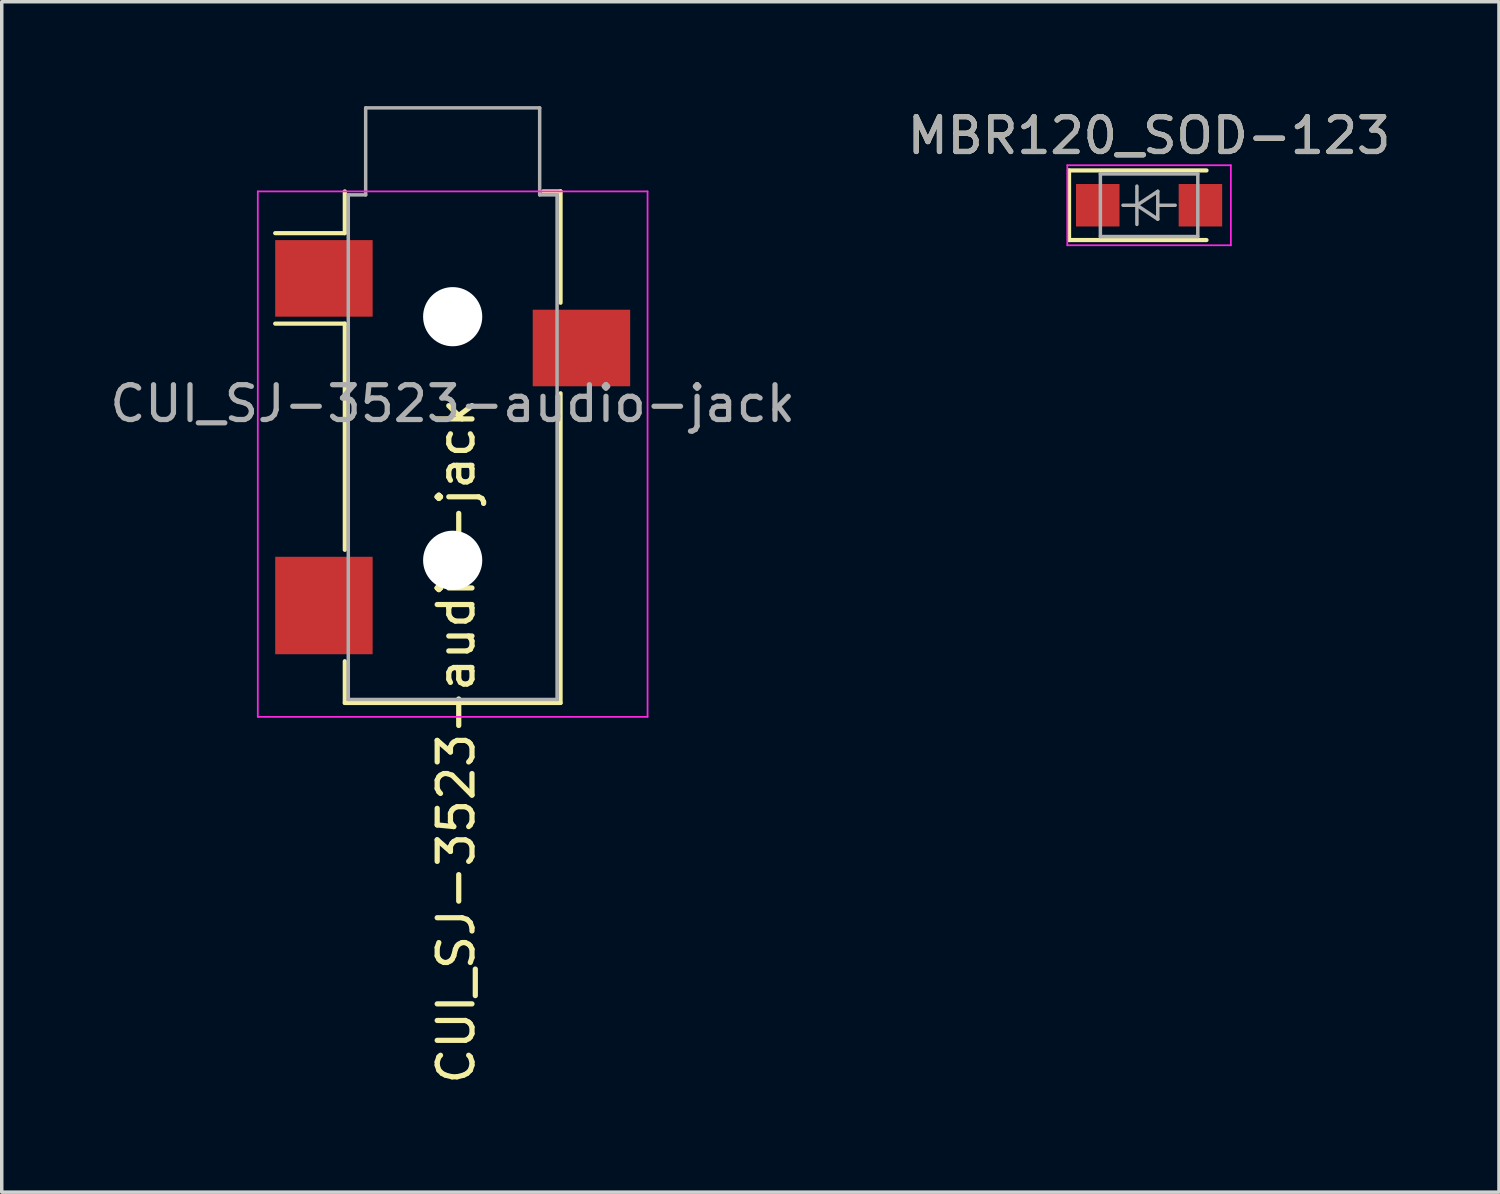
<source format=kicad_pcb>
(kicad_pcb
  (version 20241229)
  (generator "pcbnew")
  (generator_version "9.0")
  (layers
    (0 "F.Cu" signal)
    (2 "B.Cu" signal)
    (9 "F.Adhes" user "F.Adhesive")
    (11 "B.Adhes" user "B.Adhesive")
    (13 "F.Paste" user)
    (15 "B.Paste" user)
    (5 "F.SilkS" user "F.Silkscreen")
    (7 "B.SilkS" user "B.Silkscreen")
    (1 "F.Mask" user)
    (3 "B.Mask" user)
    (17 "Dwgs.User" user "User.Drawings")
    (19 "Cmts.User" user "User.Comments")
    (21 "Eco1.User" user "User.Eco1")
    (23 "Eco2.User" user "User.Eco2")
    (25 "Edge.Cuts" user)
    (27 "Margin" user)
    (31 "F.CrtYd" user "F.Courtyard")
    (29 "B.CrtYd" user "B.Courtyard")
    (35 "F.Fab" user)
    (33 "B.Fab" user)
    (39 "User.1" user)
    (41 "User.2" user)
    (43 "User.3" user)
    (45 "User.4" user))
  (footprint "MBR120_SOD-123"
    (layer "F.Cu")
    (at 29.97 2.848)
    (property "Reference" "MBR120_SOD-123" (at 0 -2 0) (layer "F.SilkS") (effects (font (size 1 1) (thickness 0.15))))
    (attr smd)
    (fp_line (start -2.3 -1) (end -2.3 1) (stroke (width 0.12) (type solid)) (layer "F.SilkS"))
    (fp_line (start -2.3 -1) (end 1.65 -1) (stroke (width 0.12) (type solid)) (layer "F.SilkS"))
    (fp_line (start -2.3 1) (end 1.65 1) (stroke (width 0.12) (type solid)) (layer "F.SilkS"))
    (fp_line (start -2.35 -1.15) (end -2.35 1.15) (stroke (width 0.05) (type solid)) (layer "F.CrtYd"))
    (fp_line (start -2.35 -1.15) (end 2.35 -1.15) (stroke (width 0.05) (type solid)) (layer "F.CrtYd"))
    (fp_line (start 2.35 -1.15) (end 2.35 1.15) (stroke (width 0.05) (type solid)) (layer "F.CrtYd"))
    (fp_line (start 2.35 1.15) (end -2.35 1.15) (stroke (width 0.05) (type solid)) (layer "F.CrtYd"))
    (fp_line (start -1.4 -0.9) (end 1.4 -0.9) (stroke (width 0.1) (type solid)) (layer "F.Fab"))
    (fp_line (start -1.4 0.9) (end -1.4 -0.9) (stroke (width 0.1) (type solid)) (layer "F.Fab"))
    (fp_line (start -0.75 0) (end -0.35 0) (stroke (width 0.1) (type solid)) (layer "F.Fab"))
    (fp_line (start -0.35 0) (end -0.35 -0.55) (stroke (width 0.1) (type solid)) (layer "F.Fab"))
    (fp_line (start -0.35 0) (end -0.35 0.55) (stroke (width 0.1) (type solid)) (layer "F.Fab"))
    (fp_line (start -0.35 0) (end 0.25 -0.4) (stroke (width 0.1) (type solid)) (layer "F.Fab"))
    (fp_line (start 0.25 -0.4) (end 0.25 0.4) (stroke (width 0.1) (type solid)) (layer "F.Fab"))
    (fp_line (start 0.25 0) (end 0.75 0) (stroke (width 0.1) (type solid)) (layer "F.Fab"))
    (fp_line (start 0.25 0.4) (end -0.35 0) (stroke (width 0.1) (type solid)) (layer "F.Fab"))
    (fp_line (start 1.4 -0.9) (end 1.4 0.9) (stroke (width 0.1) (type solid)) (layer "F.Fab"))
    (fp_line (start 1.4 0.9) (end -1.4 0.9) (stroke (width 0.1) (type solid)) (layer "F.Fab"))
    (fp_text user "${REFERENCE}" (at 0 -2 0) (layer "F.Fab") (effects (font (size 1 1) (thickness 0.15))))
    (pad "1" smd rect (at -1.475 0) (size 1.25 1.22) (layers "F.Cu" "F.Mask" "F.Paste"))
    (pad "2" smd rect (at 1.475 0) (size 1.25 1.22) (layers "F.Cu" "F.Mask" "F.Paste")))
  (footprint "CUI_SJ-3523-audio-jack"
    (layer "F.Cu")
    (at 9.958 8.55)
    (property "Reference" "CUI_SJ-3523-audio-jack" (at 0.1 9.7 90) (layer "F.SilkS") (effects (font (size 1 1) (thickness 0.15))))
    (attr smd)
    (fp_line (start -3.1 -4.9) (end -5.1 -4.9) (stroke (width 0.12) (type solid)) (layer "F.SilkS"))
    (fp_line (start -3.1 -4.9) (end -3.1 -6.1) (stroke (width 0.12) (type solid)) (layer "F.SilkS"))
    (fp_line (start -3.1 -2.3) (end -5.1 -2.3) (stroke (width 0.12) (type solid)) (layer "F.SilkS"))
    (fp_line (start -3.1 4.2) (end -3.1 -2.3) (stroke (width 0.12) (type solid)) (layer "F.SilkS"))
    (fp_line (start -3.1 8.6) (end -3.1 7.4) (stroke (width 0.12) (type solid)) (layer "F.SilkS"))
    (fp_line (start 2.6 -6.1) (end 3.1 -6.1) (stroke (width 0.12) (type solid)) (layer "F.SilkS"))
    (fp_line (start 3.1 -6.1) (end 3.1 -2.9) (stroke (width 0.12) (type solid)) (layer "F.SilkS"))
    (fp_line (start 3.1 -0.3) (end 3.1 8.6) (stroke (width 0.12) (type solid)) (layer "F.SilkS"))
    (fp_line (start 3.1 8.6) (end -3.1 8.6) (stroke (width 0.12) (type solid)) (layer "F.SilkS"))
    (fp_line (start -5.6 -6.1) (end 5.6 -6.1) (stroke (width 0.05) (type solid)) (layer "F.CrtYd"))
    (fp_line (start -5.6 9) (end -5.6 -6.1) (stroke (width 0.05) (type solid)) (layer "F.CrtYd"))
    (fp_line (start 5.6 -6.1) (end 5.6 9) (stroke (width 0.05) (type solid)) (layer "F.CrtYd"))
    (fp_line (start 5.6 9) (end -5.6 9) (stroke (width 0.05) (type solid)) (layer "F.CrtYd"))
    (fp_line (start -3 -6) (end -2.5 -6) (stroke (width 0.1) (type solid)) (layer "F.Fab"))
    (fp_line (start -3 8.5) (end -3 -6) (stroke (width 0.1) (type solid)) (layer "F.Fab"))
    (fp_line (start -2.5 -8.5) (end 2.5 -8.5) (stroke (width 0.1) (type solid)) (layer "F.Fab"))
    (fp_line (start -2.5 -6) (end -2.5 -8.5) (stroke (width 0.1) (type solid)) (layer "F.Fab"))
    (fp_line (start 2.5 -8.5) (end 2.5 -6) (stroke (width 0.1) (type solid)) (layer "F.Fab"))
    (fp_line (start 2.5 -6) (end 3 -6) (stroke (width 0.1) (type solid)) (layer "F.Fab"))
    (fp_line (start 3 -6) (end 3 8.5) (stroke (width 0.1) (type solid)) (layer "F.Fab"))
    (fp_line (start 3 8.5) (end -3 8.5) (stroke (width 0.1) (type solid)) (layer "F.Fab"))
    (fp_text user "${REFERENCE}" (at 0 0 180) (layer "F.Fab") (effects (font (size 1 1) (thickness 0.15))))
    (pad "" np_thru_hole circle (at 0 -2.5) (size 1.7 1.7) (drill 1.7) (layers "*.Cu" "*.Mask"))
    (pad "" np_thru_hole circle (at 0 4.5) (size 1.7 1.7) (drill 1.7) (layers "*.Cu" "*.Mask"))
    (pad "1" smd rect (at -3.7 -3.6) (size 2.8 2.2) (layers "F.Cu" "F.Mask" "F.Paste"))
    (pad "2" smd rect (at -3.7 5.8) (size 2.8 2.8) (layers "F.Cu" "F.Mask" "F.Paste"))
    (pad "3" smd rect (at 3.7 -1.6) (size 2.8 2.2) (layers "F.Cu" "F.Mask" "F.Paste")))
  (gr_rect
    (start -3 -3)
    (end 40.024 31.208)
    (stroke (width 0.1) (type default))
    (fill no)
    (layer "Edge.Cuts")))
</source>
